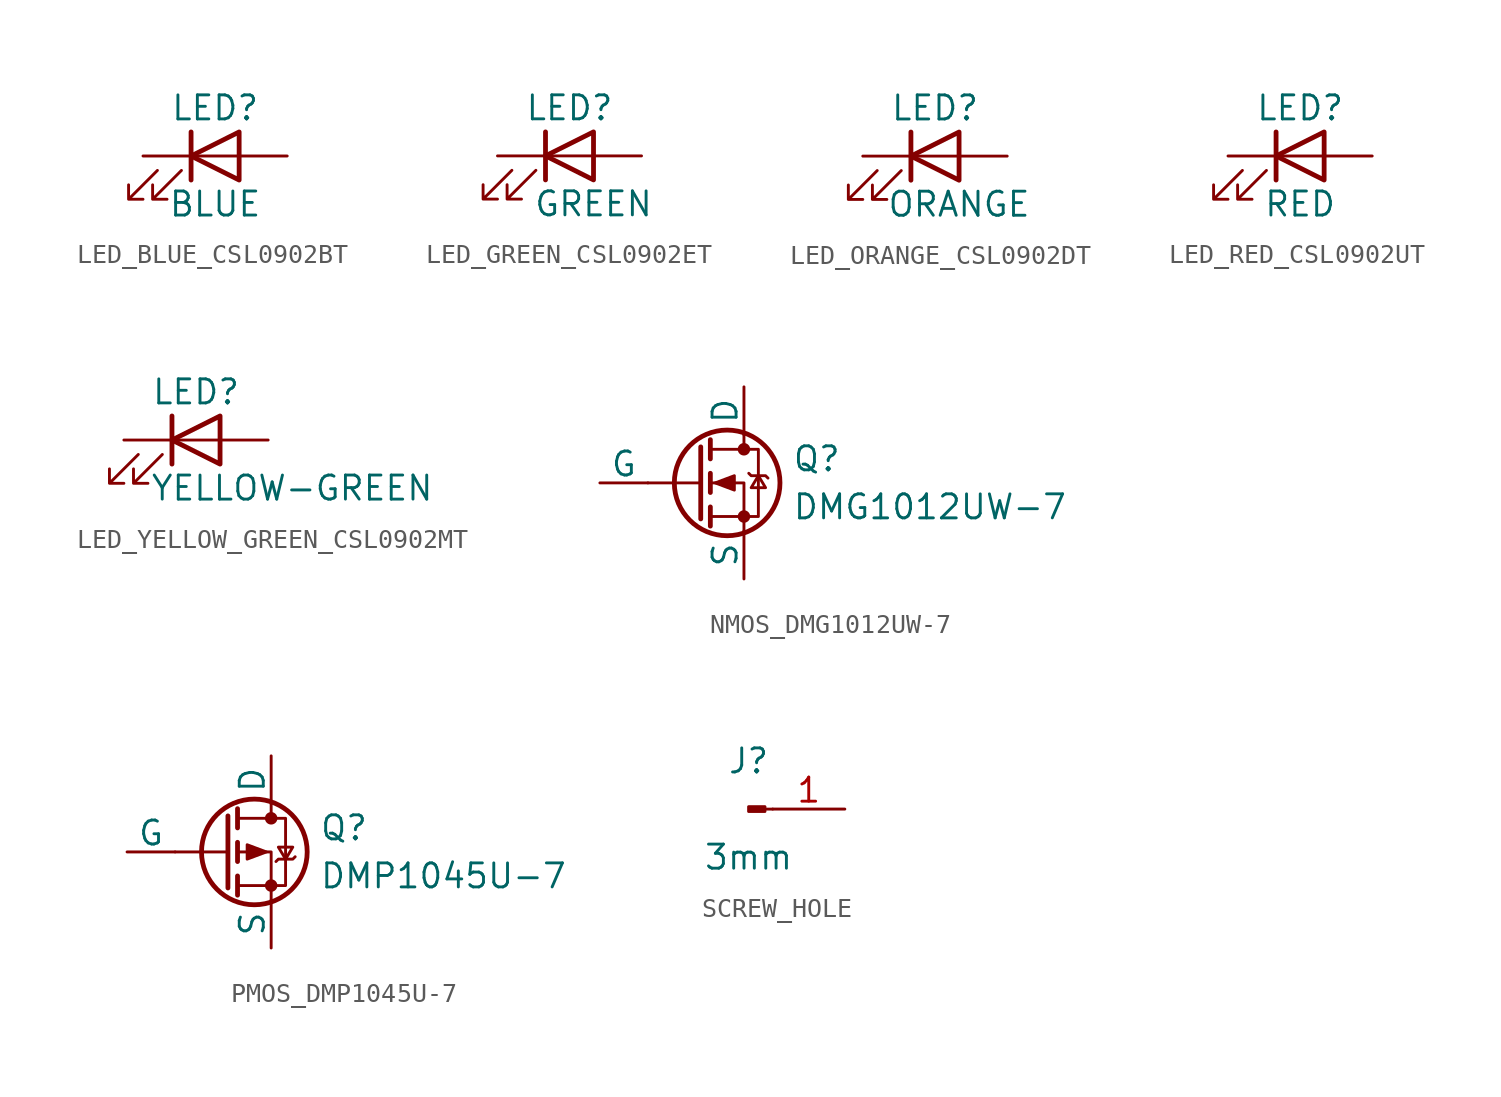
<source format=kicad_sym>
(kicad_symbol_lib
  (version 20231120)
  (generator "kicad_symbol_editor")
  (generator_version "8.0")
  (symbol "LED_BLUE_CSL0902BT"
    (pin_numbers hide)
    (pin_names
      (offset 1.016) hide)
    (property "Reference" "LED"
      (at 0 2.54 0)
      (effects (font (size 1.27 1.27))))
    (property "Value" "BLUE"
      (at 0 -2.54 0)
      (effects (font (size 1.27 1.27))))
    (symbol "LED_BLUE_CSL0902BT_0_1"
      (polyline (pts (xy -1.27 -1.27) (xy -1.27 1.27)) (stroke (width 0.254) (type default)) (fill (type none)))
      (polyline (pts (xy -1.27 0) (xy 1.27 0)) (stroke (width 0) (type default)) (fill (type none)))
      (polyline (pts (xy 1.27 -1.27) (xy 1.27 1.27) (xy -1.27 0) (xy 1.27 -1.27)) (stroke (width 0.254) (type default)) (fill (type none)))
      (polyline (pts (xy -3.048 -0.762) (xy -4.572 -2.286) (xy -3.81 -2.286) (xy -4.572 -2.286) (xy -4.572 -1.524)) (stroke (width 0) (type default)) (fill (type none)))
      (polyline (pts (xy -1.778 -0.762) (xy -3.302 -2.286) (xy -2.54 -2.286) (xy -3.302 -2.286) (xy -3.302 -1.524)) (stroke (width 0) (type default)) (fill (type none))))
    (symbol "LED_BLUE_CSL0902BT_1_1"
      (pin passive line (at -3.81 0 0) (length 2.54) (name "K" (effects (font (size 1.27 1.27)))) (number "1" (effects (font (size 1.27 1.27)))))
      (pin passive line (at 3.81 0 180) (length 2.54) (name "A" (effects (font (size 1.27 1.27)))) (number "2" (effects (font (size 1.27 1.27)))))))
  (symbol "LED_GREEN_CSL0902ET"
    (pin_numbers hide)
    (pin_names
      (offset 1.016) hide)
    (property "Reference" "LED"
      (at 0 2.54 0)
      (effects (font (size 1.27 1.27))))
    (property "Value" "GREEN"
      (at 1.27 -2.54 0)
      (effects (font (size 1.27 1.27))))
    (symbol "LED_GREEN_CSL0902ET_0_1"
      (polyline (pts (xy -1.27 -1.27) (xy -1.27 1.27)) (stroke (width 0.254) (type default)) (fill (type none)))
      (polyline (pts (xy -1.27 0) (xy 1.27 0)) (stroke (width 0) (type default)) (fill (type none)))
      (polyline (pts (xy 1.27 -1.27) (xy 1.27 1.27) (xy -1.27 0) (xy 1.27 -1.27)) (stroke (width 0.254) (type default)) (fill (type none)))
      (polyline (pts (xy -3.048 -0.762) (xy -4.572 -2.286) (xy -3.81 -2.286) (xy -4.572 -2.286) (xy -4.572 -1.524)) (stroke (width 0) (type default)) (fill (type none)))
      (polyline (pts (xy -1.778 -0.762) (xy -3.302 -2.286) (xy -2.54 -2.286) (xy -3.302 -2.286) (xy -3.302 -1.524)) (stroke (width 0) (type default)) (fill (type none))))
    (symbol "LED_GREEN_CSL0902ET_1_1"
      (pin passive line (at -3.81 0 0) (length 2.54) (name "K" (effects (font (size 1.27 1.27)))) (number "1" (effects (font (size 1.27 1.27)))))
      (pin passive line (at 3.81 0 180) (length 2.54) (name "A" (effects (font (size 1.27 1.27)))) (number "2" (effects (font (size 1.27 1.27)))))))
  (symbol "LED_ORANGE_CSL0902DT"
    (pin_numbers hide)
    (pin_names
      (offset 1.016) hide)
    (property "Reference" "LED"
      (at 0 2.54 0)
      (effects (font (size 1.27 1.27))))
    (property "Value" "ORANGE"
      (at 1.27 -2.54 0)
      (effects (font (size 1.27 1.27))))
    (symbol "LED_ORANGE_CSL0902DT_0_1"
      (polyline (pts (xy -1.27 -1.27) (xy -1.27 1.27)) (stroke (width 0.254) (type default)) (fill (type none)))
      (polyline (pts (xy -1.27 0) (xy 1.27 0)) (stroke (width 0) (type default)) (fill (type none)))
      (polyline (pts (xy 1.27 -1.27) (xy 1.27 1.27) (xy -1.27 0) (xy 1.27 -1.27)) (stroke (width 0.254) (type default)) (fill (type none)))
      (polyline (pts (xy -3.048 -0.762) (xy -4.572 -2.286) (xy -3.81 -2.286) (xy -4.572 -2.286) (xy -4.572 -1.524)) (stroke (width 0) (type default)) (fill (type none)))
      (polyline (pts (xy -1.778 -0.762) (xy -3.302 -2.286) (xy -2.54 -2.286) (xy -3.302 -2.286) (xy -3.302 -1.524)) (stroke (width 0) (type default)) (fill (type none))))
    (symbol "LED_ORANGE_CSL0902DT_1_1"
      (pin passive line (at -3.81 0 0) (length 2.54) (name "K" (effects (font (size 1.27 1.27)))) (number "1" (effects (font (size 1.27 1.27)))))
      (pin passive line (at 3.81 0 180) (length 2.54) (name "A" (effects (font (size 1.27 1.27)))) (number "2" (effects (font (size 1.27 1.27)))))))
  (symbol "LED_RED_CSL0902UT"
    (pin_numbers hide)
    (pin_names
      (offset 1.016) hide)
    (property "Reference" "LED"
      (at 0 2.54 0)
      (effects (font (size 1.27 1.27))))
    (property "Value" "RED"
      (at 0 -2.54 0)
      (effects (font (size 1.27 1.27))))
    (symbol "LED_RED_CSL0902UT_0_1"
      (polyline (pts (xy -1.27 -1.27) (xy -1.27 1.27)) (stroke (width 0.254) (type default)) (fill (type none)))
      (polyline (pts (xy -1.27 0) (xy 1.27 0)) (stroke (width 0) (type default)) (fill (type none)))
      (polyline (pts (xy 1.27 -1.27) (xy 1.27 1.27) (xy -1.27 0) (xy 1.27 -1.27)) (stroke (width 0.254) (type default)) (fill (type none)))
      (polyline (pts (xy -3.048 -0.762) (xy -4.572 -2.286) (xy -3.81 -2.286) (xy -4.572 -2.286) (xy -4.572 -1.524)) (stroke (width 0) (type default)) (fill (type none)))
      (polyline (pts (xy -1.778 -0.762) (xy -3.302 -2.286) (xy -2.54 -2.286) (xy -3.302 -2.286) (xy -3.302 -1.524)) (stroke (width 0) (type default)) (fill (type none))))
    (symbol "LED_RED_CSL0902UT_1_1"
      (pin passive line (at -3.81 0 0) (length 2.54) (name "K" (effects (font (size 1.27 1.27)))) (number "1" (effects (font (size 1.27 1.27)))))
      (pin passive line (at 3.81 0 180) (length 2.54) (name "A" (effects (font (size 1.27 1.27)))) (number "2" (effects (font (size 1.27 1.27)))))))
  (symbol "LED_YELLOW_GREEN_CSL0902MT"
    (pin_numbers hide)
    (pin_names
      (offset 1.016) hide)
    (property "Reference" "LED"
      (at 0 2.54 0)
      (effects (font (size 1.27 1.27))))
    (property "Value" "YELLOW-GREEN"
      (at 5.08 -2.54 0)
      (effects (font (size 1.27 1.27))))
    (symbol "LED_YELLOW_GREEN_CSL0902MT_0_1"
      (polyline (pts (xy -1.27 -1.27) (xy -1.27 1.27)) (stroke (width 0.254) (type default)) (fill (type none)))
      (polyline (pts (xy -1.27 0) (xy 1.27 0)) (stroke (width 0) (type default)) (fill (type none)))
      (polyline (pts (xy 1.27 -1.27) (xy 1.27 1.27) (xy -1.27 0) (xy 1.27 -1.27)) (stroke (width 0.254) (type default)) (fill (type none)))
      (polyline (pts (xy -3.048 -0.762) (xy -4.572 -2.286) (xy -3.81 -2.286) (xy -4.572 -2.286) (xy -4.572 -1.524)) (stroke (width 0) (type default)) (fill (type none)))
      (polyline (pts (xy -1.778 -0.762) (xy -3.302 -2.286) (xy -2.54 -2.286) (xy -3.302 -2.286) (xy -3.302 -1.524)) (stroke (width 0) (type default)) (fill (type none))))
    (symbol "LED_YELLOW_GREEN_CSL0902MT_1_1"
      (pin passive line (at -3.81 0 0) (length 2.54) (name "K" (effects (font (size 1.27 1.27)))) (number "1" (effects (font (size 1.27 1.27)))))
      (pin passive line (at 3.81 0 180) (length 2.54) (name "A" (effects (font (size 1.27 1.27)))) (number "2" (effects (font (size 1.27 1.27)))))))
  (symbol "NMOS_DMG1012UW-7"
    (pin_numbers hide)
    (pin_names
      (offset 0))
    (property "Reference" "Q"
      (at 5.08 1.27 0)
      (effects (font (size 1.27 1.27)) (justify left)))
    (property "Value" "DMG1012UW-7"
      (at 5.08 -1.27 0)
      (effects (font (size 1.27 1.27)) (justify left)))
    (symbol "NMOS_DMG1012UW-7_0_1"
      (polyline (pts (xy 0.254 0) (xy -2.54 0)) (stroke (width 0) (type default)) (fill (type none)))
      (polyline (pts (xy 0.254 1.905) (xy 0.254 -1.905)) (stroke (width 0.254) (type default)) (fill (type none)))
      (polyline (pts (xy 0.762 -1.27) (xy 0.762 -2.286)) (stroke (width 0.254) (type default)) (fill (type none)))
      (polyline (pts (xy 0.762 0.508) (xy 0.762 -0.508)) (stroke (width 0.254) (type default)) (fill (type none)))
      (polyline (pts (xy 0.762 2.286) (xy 0.762 1.27)) (stroke (width 0.254) (type default)) (fill (type none)))
      (polyline (pts (xy 2.54 2.54) (xy 2.54 1.778)) (stroke (width 0) (type default)) (fill (type none)))
      (polyline (pts (xy 2.54 -2.54) (xy 2.54 0) (xy 0.762 0)) (stroke (width 0) (type default)) (fill (type none)))
      (polyline (pts (xy 0.762 -1.778) (xy 3.302 -1.778) (xy 3.302 1.778) (xy 0.762 1.778)) (stroke (width 0) (type default)) (fill (type none)))
      (polyline (pts (xy 1.016 0) (xy 2.032 0.381) (xy 2.032 -0.381) (xy 1.016 0)) (stroke (width 0) (type default)) (fill (type outline)))
      (polyline (pts (xy 2.794 0.508) (xy 2.921 0.381) (xy 3.683 0.381) (xy 3.81 0.254)) (stroke (width 0) (type default)) (fill (type none)))
      (polyline (pts (xy 3.302 0.381) (xy 2.921 -0.254) (xy 3.683 -0.254) (xy 3.302 0.381)) (stroke (width 0) (type default)) (fill (type none)))
      (circle (center 1.651 0) (radius 2.794) (stroke (width 0.254) (type default)) (fill (type none)))
      (circle (center 2.54 -1.778) (radius 0.254) (stroke (width 0) (type default)) (fill (type outline)))
      (circle (center 2.54 1.778) (radius 0.254) (stroke (width 0) (type default)) (fill (type outline))))
    (symbol "NMOS_DMG1012UW-7_1_1"
      (pin input line (at -5.08 0 0) (length 2.54) (name "G" (effects (font (size 1.27 1.27)))) (number "1" (effects (font (size 1.27 1.27)))))
      (pin passive line (at 2.54 -5.08 90) (length 2.54) (name "S" (effects (font (size 1.27 1.27)))) (number "2" (effects (font (size 1.27 1.27)))))
      (pin passive line (at 2.54 5.08 270) (length 2.54) (name "D" (effects (font (size 1.27 1.27)))) (number "3" (effects (font (size 1.27 1.27)))))))
  (symbol "PMOS_DMP1045U-7"
    (pin_numbers hide)
    (pin_names
      (offset 0))
    (property "Reference" "Q"
      (at 5.08 1.27 0)
      (effects (font (size 1.27 1.27)) (justify left)))
    (property "Value" "DMP1045U-7"
      (at 5.08 -1.27 0)
      (effects (font (size 1.27 1.27)) (justify left)))
    (symbol "PMOS_DMP1045U-7_0_1"
      (polyline (pts (xy 0.254 0) (xy -2.54 0)) (stroke (width 0) (type default)) (fill (type none)))
      (polyline (pts (xy 0.254 1.905) (xy 0.254 -1.905)) (stroke (width 0.254) (type default)) (fill (type none)))
      (polyline (pts (xy 0.762 -1.27) (xy 0.762 -2.286)) (stroke (width 0.254) (type default)) (fill (type none)))
      (polyline (pts (xy 0.762 0.508) (xy 0.762 -0.508)) (stroke (width 0.254) (type default)) (fill (type none)))
      (polyline (pts (xy 0.762 2.286) (xy 0.762 1.27)) (stroke (width 0.254) (type default)) (fill (type none)))
      (polyline (pts (xy 2.54 2.54) (xy 2.54 1.778)) (stroke (width 0) (type default)) (fill (type none)))
      (polyline (pts (xy 2.54 -2.54) (xy 2.54 0) (xy 0.762 0)) (stroke (width 0) (type default)) (fill (type none)))
      (polyline (pts (xy 0.762 1.778) (xy 3.302 1.778) (xy 3.302 -1.778) (xy 0.762 -1.778)) (stroke (width 0) (type default)) (fill (type none)))
      (polyline (pts (xy 2.286 0) (xy 1.27 0.381) (xy 1.27 -0.381) (xy 2.286 0)) (stroke (width 0) (type default)) (fill (type outline)))
      (polyline (pts (xy 2.794 -0.508) (xy 2.921 -0.381) (xy 3.683 -0.381) (xy 3.81 -0.254)) (stroke (width 0) (type default)) (fill (type none)))
      (polyline (pts (xy 3.302 -0.381) (xy 2.921 0.254) (xy 3.683 0.254) (xy 3.302 -0.381)) (stroke (width 0) (type default)) (fill (type none)))
      (circle (center 1.651 0) (radius 2.794) (stroke (width 0.254) (type default)) (fill (type none)))
      (circle (center 2.54 -1.778) (radius 0.254) (stroke (width 0) (type default)) (fill (type outline)))
      (circle (center 2.54 1.778) (radius 0.254) (stroke (width 0) (type default)) (fill (type outline))))
    (symbol "PMOS_DMP1045U-7_1_1"
      (pin input line (at -5.08 0 0) (length 2.54) (name "G" (effects (font (size 1.27 1.27)))) (number "1" (effects (font (size 1.27 1.27)))))
      (pin passive line (at 2.54 -5.08 90) (length 2.54) (name "S" (effects (font (size 1.27 1.27)))) (number "2" (effects (font (size 1.27 1.27)))))
      (pin passive line (at 2.54 5.08 270) (length 2.54) (name "D" (effects (font (size 1.27 1.27)))) (number "3" (effects (font (size 1.27 1.27)))))))
  (symbol "SCREW_HOLE"
    (pin_names
      (offset 1.016) hide)
    (property "Reference" "J"
      (at 0 2.54 0)
      (effects (font (size 1.27 1.27))))
    (property "Value" "3mm"
      (at 0 -2.54 0)
      (effects (font (size 1.27 1.27))))
    (symbol "SCREW_HOLE_1_1"
      (polyline (pts (xy 1.27 0) (xy 0.864 0)) (stroke (width 0.152) (type default)) (fill (type none)))
      (rectangle (start 0.864 0.127) (end 0 -0.127) (stroke (width 0.152) (type default)) (fill (type outline)))
      (pin passive line (at 5.08 0 180) (length 3.81) (name "Pin_1" (effects (font (size 1.27 1.27)))) (number "1" (effects (font (size 1.27 1.27))))))))
</source>
